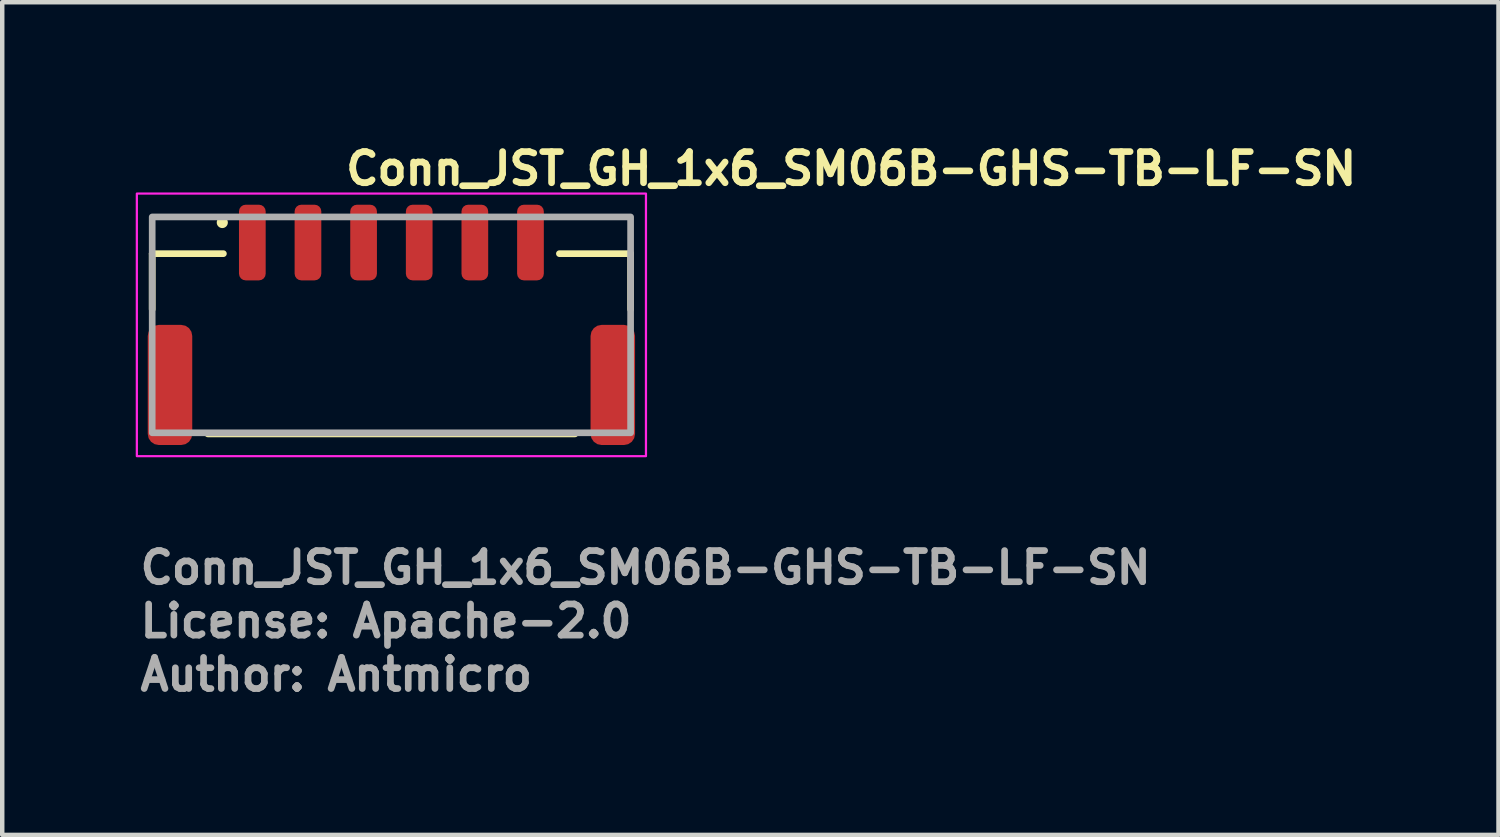
<source format=kicad_pcb>
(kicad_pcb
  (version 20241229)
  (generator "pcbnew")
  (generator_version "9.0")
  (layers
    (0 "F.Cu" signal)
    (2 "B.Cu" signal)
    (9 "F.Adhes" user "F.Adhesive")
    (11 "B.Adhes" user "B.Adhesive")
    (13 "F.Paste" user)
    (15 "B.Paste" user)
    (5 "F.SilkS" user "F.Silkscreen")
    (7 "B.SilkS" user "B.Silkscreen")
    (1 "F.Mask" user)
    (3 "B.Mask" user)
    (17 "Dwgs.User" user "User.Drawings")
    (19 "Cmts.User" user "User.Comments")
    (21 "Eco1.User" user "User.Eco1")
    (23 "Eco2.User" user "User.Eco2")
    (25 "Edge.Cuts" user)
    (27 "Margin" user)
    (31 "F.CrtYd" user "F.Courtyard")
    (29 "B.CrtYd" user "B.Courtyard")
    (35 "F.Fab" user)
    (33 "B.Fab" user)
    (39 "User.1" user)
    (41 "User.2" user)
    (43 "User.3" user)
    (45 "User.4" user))
  (footprint "Conn_JST_GH_1x6_SM06B-GHS-TB-LF-SN"
    (layer "F.Cu")
    (at 5.745 4.25)
    (property "Reference" "Conn_JST_GH_1x6_SM06B-GHS-TB-LF-SN" (at -1.1 -3.1 0) (layer "F.SilkS") (effects (font (size 0.7 0.7) (thickness 0.15)) (justify left bottom)))
    (attr smd)
    (fp_line (start -5.375 -1.6) (end -5.375 -0.35) (stroke (width 0.15) (type solid)) (layer "F.SilkS"))
    (fp_line (start -5.375 -1.6) (end -3.775 -1.6) (stroke (width 0.15) (type solid)) (layer "F.SilkS"))
    (fp_line (start -4.125 2.45) (end 4.125 2.45) (stroke (width 0.15) (type solid)) (layer "F.SilkS"))
    (fp_line (start 5.375 -1.6) (end 3.775 -1.6) (stroke (width 0.15) (type solid)) (layer "F.SilkS"))
    (fp_line (start 5.375 -1.6) (end 5.375 -0.35) (stroke (width 0.15) (type solid)) (layer "F.SilkS"))
    (fp_circle (center -3.8 -2.3) (end -3.75 -2.3) (stroke (width 0.15) (type solid)) (fill yes) (layer "F.SilkS"))
    (fp_rect (start -5.72 -2.95) (end 5.72 2.95) (stroke (width 0.05) (type solid)) (fill no) (layer "F.CrtYd"))
    (fp_rect (start -5.375 -2.425) (end 5.375 2.425) (stroke (width 0.15) (type solid)) (fill no) (layer "F.Fab"))
    (fp_rect (start -5.375 -2.425) (end 5.375 2.425) (stroke (width 0.1) (type solid)) (fill no) (layer "User.5"))
    (fp_line (start -5.375 -1.625) (end -5.375 -0.935) (stroke (width 0.02) (type solid)) (layer "User.9"))
    (fp_line (start -5.375 -0.935) (end -5.375 0.495) (stroke (width 0.02) (type solid)) (layer "User.9"))
    (fp_line (start -5.375 0.495) (end -5.375 2.425) (stroke (width 0.02) (type solid)) (layer "User.9"))
    (fp_line (start -4.875 -1.325) (end -4.875 0.495) (stroke (width 0.02) (type solid)) (layer "User.9"))
    (fp_line (start -4.875 -0.935) (end -5.375 -0.935) (stroke (width 0.02) (type solid)) (layer "User.9"))
    (fp_line (start -4.836 2.425) (end -5.375 2.425) (stroke (width 0.02) (type solid)) (layer "User.9"))
    (fp_line (start -4.836 2.425) (end -4.449 1.755) (stroke (width 0.02) (type solid)) (layer "User.9"))
    (fp_line (start -4.515 -1.625) (end -5.375 -1.625) (stroke (width 0.02) (type solid)) (layer "User.9"))
    (fp_line (start -4.515 -1.625) (end -4.515 0.495) (stroke (width 0.02) (type solid)) (layer "User.9"))
    (fp_line (start -4.515 -1.325) (end -4.875 -1.325) (stroke (width 0.02) (type solid)) (layer "User.9"))
    (fp_line (start -4.515 0.495) (end -5.375 0.495) (stroke (width 0.02) (type solid)) (layer "User.9"))
    (fp_line (start -4.449 1.755) (end -4.063 2.425) (stroke (width 0.02) (type solid)) (layer "User.9"))
    (fp_line (start -4.063 2.425) (end -4.836 2.425) (stroke (width 0.02) (type solid)) (layer "User.9"))
    (fp_line (start -4.063 2.425) (end 5.375 2.425) (stroke (width 0.02) (type solid)) (layer "User.9"))
    (fp_line (start -3.225 -2.425) (end -3.025 -2.425) (stroke (width 0.02) (type solid)) (layer "User.9"))
    (fp_line (start -3.225 -1.925) (end -3.225 -2.425) (stroke (width 0.02) (type solid)) (layer "User.9"))
    (fp_line (start -3.225 -1.925) (end -3.025 -1.925) (stroke (width 0.02) (type solid)) (layer "User.9"))
    (fp_line (start -3.225 -1.891) (end -3.225 -1.925) (stroke (width 0.02) (type solid)) (layer "User.9"))
    (fp_line (start -3.225 -1.858) (end -3.225 -1.891) (stroke (width 0.02) (type solid)) (layer "User.9"))
    (fp_line (start -3.225 -1.826) (end -3.225 -1.858) (stroke (width 0.02) (type solid)) (layer "User.9"))
    (fp_line (start -3.225 -1.795) (end -3.225 -1.826) (stroke (width 0.02) (type solid)) (layer "User.9"))
    (fp_line (start -3.225 -1.765) (end -3.225 -1.795) (stroke (width 0.02) (type solid)) (layer "User.9"))
    (fp_line (start -3.225 -1.738) (end -3.225 -1.765) (stroke (width 0.02) (type solid)) (layer "User.9"))
    (fp_line (start -3.225 -1.713) (end -3.225 -1.738) (stroke (width 0.02) (type solid)) (layer "User.9"))
    (fp_line (start -3.225 -1.69) (end -3.225 -1.713) (stroke (width 0.02) (type solid)) (layer "User.9"))
    (fp_line (start -3.225 -1.671) (end -3.225 -1.69) (stroke (width 0.02) (type solid)) (layer "User.9"))
    (fp_line (start -3.225 -1.655) (end -3.225 -1.671) (stroke (width 0.02) (type solid)) (layer "User.9"))
    (fp_line (start -3.225 -1.642) (end -3.225 -1.655) (stroke (width 0.02) (type solid)) (layer "User.9"))
    (fp_line (start -3.225 -1.633) (end -3.225 -1.642) (stroke (width 0.02) (type solid)) (layer "User.9"))
    (fp_line (start -3.225 -1.627) (end -3.225 -1.633) (stroke (width 0.02) (type solid)) (layer "User.9"))
    (fp_line (start -3.225 -1.625) (end -3.225 -1.627) (stroke (width 0.02) (type solid)) (layer "User.9"))
    (fp_line (start -3.025 -1.925) (end -3.025 -2.425) (stroke (width 0.02) (type solid)) (layer "User.9"))
    (fp_line (start -3.025 -1.925) (end -3.025 -1.891) (stroke (width 0.02) (type solid)) (layer "User.9"))
    (fp_line (start -3.025 -1.891) (end -3.025 -1.858) (stroke (width 0.02) (type solid)) (layer "User.9"))
    (fp_line (start -3.025 -1.858) (end -3.025 -1.826) (stroke (width 0.02) (type solid)) (layer "User.9"))
    (fp_line (start -3.025 -1.826) (end -3.025 -1.795) (stroke (width 0.02) (type solid)) (layer "User.9"))
    (fp_line (start -3.025 -1.795) (end -3.025 -1.765) (stroke (width 0.02) (type solid)) (layer "User.9"))
    (fp_line (start -3.025 -1.765) (end -3.025 -1.738) (stroke (width 0.02) (type solid)) (layer "User.9"))
    (fp_line (start -3.025 -1.738) (end -3.025 -1.713) (stroke (width 0.02) (type solid)) (layer "User.9"))
    (fp_line (start -3.025 -1.713) (end -3.025 -1.69) (stroke (width 0.02) (type solid)) (layer "User.9"))
    (fp_line (start -3.025 -1.69) (end -3.025 -1.671) (stroke (width 0.02) (type solid)) (layer "User.9"))
    (fp_line (start -3.025 -1.671) (end -3.025 -1.655) (stroke (width 0.02) (type solid)) (layer "User.9"))
    (fp_line (start -3.025 -1.655) (end -3.025 -1.642) (stroke (width 0.02) (type solid)) (layer "User.9"))
    (fp_line (start -3.025 -1.642) (end -3.025 -1.633) (stroke (width 0.02) (type solid)) (layer "User.9"))
    (fp_line (start -3.025 -1.633) (end -3.025 -1.627) (stroke (width 0.02) (type solid)) (layer "User.9"))
    (fp_line (start -3.025 -1.627) (end -3.025 -1.625) (stroke (width 0.02) (type solid)) (layer "User.9"))
    (fp_line (start -1.975 -2.425) (end -1.975 -1.925) (stroke (width 0.02) (type solid)) (layer "User.9"))
    (fp_line (start -1.975 -1.925) (end -1.775 -1.925) (stroke (width 0.02) (type solid)) (layer "User.9"))
    (fp_line (start -1.975 -1.891) (end -1.975 -1.925) (stroke (width 0.02) (type solid)) (layer "User.9"))
    (fp_line (start -1.975 -1.858) (end -1.975 -1.891) (stroke (width 0.02) (type solid)) (layer "User.9"))
    (fp_line (start -1.975 -1.826) (end -1.975 -1.858) (stroke (width 0.02) (type solid)) (layer "User.9"))
    (fp_line (start -1.975 -1.795) (end -1.975 -1.826) (stroke (width 0.02) (type solid)) (layer "User.9"))
    (fp_line (start -1.975 -1.765) (end -1.975 -1.795) (stroke (width 0.02) (type solid)) (layer "User.9"))
    (fp_line (start -1.975 -1.738) (end -1.975 -1.765) (stroke (width 0.02) (type solid)) (layer "User.9"))
    (fp_line (start -1.975 -1.713) (end -1.975 -1.738) (stroke (width 0.02) (type solid)) (layer "User.9"))
    (fp_line (start -1.975 -1.69) (end -1.975 -1.713) (stroke (width 0.02) (type solid)) (layer "User.9"))
    (fp_line (start -1.975 -1.671) (end -1.975 -1.69) (stroke (width 0.02) (type solid)) (layer "User.9"))
    (fp_line (start -1.975 -1.655) (end -1.975 -1.671) (stroke (width 0.02) (type solid)) (layer "User.9"))
    (fp_line (start -1.975 -1.642) (end -1.975 -1.655) (stroke (width 0.02) (type solid)) (layer "User.9"))
    (fp_line (start -1.975 -1.633) (end -1.975 -1.642) (stroke (width 0.02) (type solid)) (layer "User.9"))
    (fp_line (start -1.975 -1.627) (end -1.975 -1.633) (stroke (width 0.02) (type solid)) (layer "User.9"))
    (fp_line (start -1.975 -1.625) (end -1.975 -1.627) (stroke (width 0.02) (type solid)) (layer "User.9"))
    (fp_line (start -1.775 -2.425) (end -1.975 -2.425) (stroke (width 0.02) (type solid)) (layer "User.9"))
    (fp_line (start -1.775 -2.425) (end -1.775 -1.925) (stroke (width 0.02) (type solid)) (layer "User.9"))
    (fp_line (start -1.775 -1.925) (end -1.775 -1.891) (stroke (width 0.02) (type solid)) (layer "User.9"))
    (fp_line (start -1.775 -1.891) (end -1.775 -1.858) (stroke (width 0.02) (type solid)) (layer "User.9"))
    (fp_line (start -1.775 -1.858) (end -1.775 -1.826) (stroke (width 0.02) (type solid)) (layer "User.9"))
    (fp_line (start -1.775 -1.826) (end -1.775 -1.795) (stroke (width 0.02) (type solid)) (layer "User.9"))
    (fp_line (start -1.775 -1.795) (end -1.775 -1.765) (stroke (width 0.02) (type solid)) (layer "User.9"))
    (fp_line (start -1.775 -1.765) (end -1.775 -1.738) (stroke (width 0.02) (type solid)) (layer "User.9"))
    (fp_line (start -1.775 -1.738) (end -1.775 -1.713) (stroke (width 0.02) (type solid)) (layer "User.9"))
    (fp_line (start -1.775 -1.713) (end -1.775 -1.69) (stroke (width 0.02) (type solid)) (layer "User.9"))
    (fp_line (start -1.775 -1.69) (end -1.775 -1.671) (stroke (width 0.02) (type solid)) (layer "User.9"))
    (fp_line (start -1.775 -1.671) (end -1.775 -1.655) (stroke (width 0.02) (type solid)) (layer "User.9"))
    (fp_line (start -1.775 -1.655) (end -1.775 -1.642) (stroke (width 0.02) (type solid)) (layer "User.9"))
    (fp_line (start -1.775 -1.642) (end -1.775 -1.633) (stroke (width 0.02) (type solid)) (layer "User.9"))
    (fp_line (start -1.775 -1.633) (end -1.775 -1.627) (stroke (width 0.02) (type solid)) (layer "User.9"))
    (fp_line (start -1.775 -1.627) (end -1.775 -1.625) (stroke (width 0.02) (type solid)) (layer "User.9"))
    (fp_line (start -0.725 -2.425) (end -0.525 -2.425) (stroke (width 0.02) (type solid)) (layer "User.9"))
    (fp_line (start -0.725 -1.925) (end -0.725 -2.425) (stroke (width 0.02) (type solid)) (layer "User.9"))
    (fp_line (start -0.725 -1.925) (end -0.525 -1.925) (stroke (width 0.02) (type solid)) (layer "User.9"))
    (fp_line (start -0.725 -1.891) (end -0.725 -1.925) (stroke (width 0.02) (type solid)) (layer "User.9"))
    (fp_line (start -0.725 -1.858) (end -0.725 -1.891) (stroke (width 0.02) (type solid)) (layer "User.9"))
    (fp_line (start -0.725 -1.826) (end -0.725 -1.858) (stroke (width 0.02) (type solid)) (layer "User.9"))
    (fp_line (start -0.725 -1.795) (end -0.725 -1.826) (stroke (width 0.02) (type solid)) (layer "User.9"))
    (fp_line (start -0.725 -1.765) (end -0.725 -1.795) (stroke (width 0.02) (type solid)) (layer "User.9"))
    (fp_line (start -0.725 -1.738) (end -0.725 -1.765) (stroke (width 0.02) (type solid)) (layer "User.9"))
    (fp_line (start -0.725 -1.713) (end -0.725 -1.738) (stroke (width 0.02) (type solid)) (layer "User.9"))
    (fp_line (start -0.725 -1.69) (end -0.725 -1.713) (stroke (width 0.02) (type solid)) (layer "User.9"))
    (fp_line (start -0.725 -1.671) (end -0.725 -1.69) (stroke (width 0.02) (type solid)) (layer "User.9"))
    (fp_line (start -0.725 -1.655) (end -0.725 -1.671) (stroke (width 0.02) (type solid)) (layer "User.9"))
    (fp_line (start -0.725 -1.642) (end -0.725 -1.655) (stroke (width 0.02) (type solid)) (layer "User.9"))
    (fp_line (start -0.725 -1.633) (end -0.725 -1.642) (stroke (width 0.02) (type solid)) (layer "User.9"))
    (fp_line (start -0.725 -1.627) (end -0.725 -1.633) (stroke (width 0.02) (type solid)) (layer "User.9"))
    (fp_line (start -0.725 -1.625) (end -0.725 -1.627) (stroke (width 0.02) (type solid)) (layer "User.9"))
    (fp_line (start -0.525 -1.925) (end -0.525 -2.425) (stroke (width 0.02) (type solid)) (layer "User.9"))
    (fp_line (start -0.525 -1.925) (end -0.525 -1.891) (stroke (width 0.02) (type solid)) (layer "User.9"))
    (fp_line (start -0.525 -1.891) (end -0.525 -1.858) (stroke (width 0.02) (type solid)) (layer "User.9"))
    (fp_line (start -0.525 -1.858) (end -0.525 -1.826) (stroke (width 0.02) (type solid)) (layer "User.9"))
    (fp_line (start -0.525 -1.826) (end -0.525 -1.795) (stroke (width 0.02) (type solid)) (layer "User.9"))
    (fp_line (start -0.525 -1.795) (end -0.525 -1.765) (stroke (width 0.02) (type solid)) (layer "User.9"))
    (fp_line (start -0.525 -1.765) (end -0.525 -1.738) (stroke (width 0.02) (type solid)) (layer "User.9"))
    (fp_line (start -0.525 -1.738) (end -0.525 -1.713) (stroke (width 0.02) (type solid)) (layer "User.9"))
    (fp_line (start -0.525 -1.713) (end -0.525 -1.69) (stroke (width 0.02) (type solid)) (layer "User.9"))
    (fp_line (start -0.525 -1.69) (end -0.525 -1.671) (stroke (width 0.02) (type solid)) (layer "User.9"))
    (fp_line (start -0.525 -1.671) (end -0.525 -1.655) (stroke (width 0.02) (type solid)) (layer "User.9"))
    (fp_line (start -0.525 -1.655) (end -0.525 -1.642) (stroke (width 0.02) (type solid)) (layer "User.9"))
    (fp_line (start -0.525 -1.642) (end -0.525 -1.633) (stroke (width 0.02) (type solid)) (layer "User.9"))
    (fp_line (start -0.525 -1.633) (end -0.525 -1.627) (stroke (width 0.02) (type solid)) (layer "User.9"))
    (fp_line (start -0.525 -1.627) (end -0.525 -1.625) (stroke (width 0.02) (type solid)) (layer "User.9"))
    (fp_line (start 0.525 -2.425) (end 0.725 -2.425) (stroke (width 0.02) (type solid)) (layer "User.9"))
    (fp_line (start 0.525 -1.925) (end 0.525 -2.425) (stroke (width 0.02) (type solid)) (layer "User.9"))
    (fp_line (start 0.525 -1.925) (end 0.725 -1.925) (stroke (width 0.02) (type solid)) (layer "User.9"))
    (fp_line (start 0.525 -1.891) (end 0.525 -1.925) (stroke (width 0.02) (type solid)) (layer "User.9"))
    (fp_line (start 0.525 -1.858) (end 0.525 -1.891) (stroke (width 0.02) (type solid)) (layer "User.9"))
    (fp_line (start 0.525 -1.826) (end 0.525 -1.858) (stroke (width 0.02) (type solid)) (layer "User.9"))
    (fp_line (start 0.525 -1.795) (end 0.525 -1.826) (stroke (width 0.02) (type solid)) (layer "User.9"))
    (fp_line (start 0.525 -1.765) (end 0.525 -1.795) (stroke (width 0.02) (type solid)) (layer "User.9"))
    (fp_line (start 0.525 -1.738) (end 0.525 -1.765) (stroke (width 0.02) (type solid)) (layer "User.9"))
    (fp_line (start 0.525 -1.713) (end 0.525 -1.738) (stroke (width 0.02) (type solid)) (layer "User.9"))
    (fp_line (start 0.525 -1.69) (end 0.525 -1.713) (stroke (width 0.02) (type solid)) (layer "User.9"))
    (fp_line (start 0.525 -1.671) (end 0.525 -1.69) (stroke (width 0.02) (type solid)) (layer "User.9"))
    (fp_line (start 0.525 -1.655) (end 0.525 -1.671) (stroke (width 0.02) (type solid)) (layer "User.9"))
    (fp_line (start 0.525 -1.642) (end 0.525 -1.655) (stroke (width 0.02) (type solid)) (layer "User.9"))
    (fp_line (start 0.525 -1.633) (end 0.525 -1.642) (stroke (width 0.02) (type solid)) (layer "User.9"))
    (fp_line (start 0.525 -1.627) (end 0.525 -1.633) (stroke (width 0.02) (type solid)) (layer "User.9"))
    (fp_line (start 0.525 -1.625) (end 0.525 -1.627) (stroke (width 0.02) (type solid)) (layer "User.9"))
    (fp_line (start 0.725 -1.925) (end 0.725 -2.425) (stroke (width 0.02) (type solid)) (layer "User.9"))
    (fp_line (start 0.725 -1.925) (end 0.725 -1.891) (stroke (width 0.02) (type solid)) (layer "User.9"))
    (fp_line (start 0.725 -1.891) (end 0.725 -1.858) (stroke (width 0.02) (type solid)) (layer "User.9"))
    (fp_line (start 0.725 -1.858) (end 0.725 -1.826) (stroke (width 0.02) (type solid)) (layer "User.9"))
    (fp_line (start 0.725 -1.826) (end 0.725 -1.795) (stroke (width 0.02) (type solid)) (layer "User.9"))
    (fp_line (start 0.725 -1.795) (end 0.725 -1.765) (stroke (width 0.02) (type solid)) (layer "User.9"))
    (fp_line (start 0.725 -1.765) (end 0.725 -1.738) (stroke (width 0.02) (type solid)) (layer "User.9"))
    (fp_line (start 0.725 -1.738) (end 0.725 -1.713) (stroke (width 0.02) (type solid)) (layer "User.9"))
    (fp_line (start 0.725 -1.713) (end 0.725 -1.69) (stroke (width 0.02) (type solid)) (layer "User.9"))
    (fp_line (start 0.725 -1.69) (end 0.725 -1.671) (stroke (width 0.02) (type solid)) (layer "User.9"))
    (fp_line (start 0.725 -1.671) (end 0.725 -1.655) (stroke (width 0.02) (type solid)) (layer "User.9"))
    (fp_line (start 0.725 -1.655) (end 0.725 -1.642) (stroke (width 0.02) (type solid)) (layer "User.9"))
    (fp_line (start 0.725 -1.642) (end 0.725 -1.633) (stroke (width 0.02) (type solid)) (layer "User.9"))
    (fp_line (start 0.725 -1.633) (end 0.725 -1.627) (stroke (width 0.02) (type solid)) (layer "User.9"))
    (fp_line (start 0.725 -1.627) (end 0.725 -1.625) (stroke (width 0.02) (type solid)) (layer "User.9"))
    (fp_line (start 1.775 -2.425) (end 1.775 -1.925) (stroke (width 0.02) (type solid)) (layer "User.9"))
    (fp_line (start 1.775 -1.925) (end 1.975 -1.925) (stroke (width 0.02) (type solid)) (layer "User.9"))
    (fp_line (start 1.775 -1.891) (end 1.775 -1.925) (stroke (width 0.02) (type solid)) (layer "User.9"))
    (fp_line (start 1.775 -1.858) (end 1.775 -1.891) (stroke (width 0.02) (type solid)) (layer "User.9"))
    (fp_line (start 1.775 -1.826) (end 1.775 -1.858) (stroke (width 0.02) (type solid)) (layer "User.9"))
    (fp_line (start 1.775 -1.795) (end 1.775 -1.826) (stroke (width 0.02) (type solid)) (layer "User.9"))
    (fp_line (start 1.775 -1.765) (end 1.775 -1.795) (stroke (width 0.02) (type solid)) (layer "User.9"))
    (fp_line (start 1.775 -1.738) (end 1.775 -1.765) (stroke (width 0.02) (type solid)) (layer "User.9"))
    (fp_line (start 1.775 -1.713) (end 1.775 -1.738) (stroke (width 0.02) (type solid)) (layer "User.9"))
    (fp_line (start 1.775 -1.69) (end 1.775 -1.713) (stroke (width 0.02) (type solid)) (layer "User.9"))
    (fp_line (start 1.775 -1.671) (end 1.775 -1.69) (stroke (width 0.02) (type solid)) (layer "User.9"))
    (fp_line (start 1.775 -1.655) (end 1.775 -1.671) (stroke (width 0.02) (type solid)) (layer "User.9"))
    (fp_line (start 1.775 -1.642) (end 1.775 -1.655) (stroke (width 0.02) (type solid)) (layer "User.9"))
    (fp_line (start 1.775 -1.633) (end 1.775 -1.642) (stroke (width 0.02) (type solid)) (layer "User.9"))
    (fp_line (start 1.775 -1.627) (end 1.775 -1.633) (stroke (width 0.02) (type solid)) (layer "User.9"))
    (fp_line (start 1.775 -1.625) (end 1.775 -1.627) (stroke (width 0.02) (type solid)) (layer "User.9"))
    (fp_line (start 1.975 -2.425) (end 1.775 -2.425) (stroke (width 0.02) (type solid)) (layer "User.9"))
    (fp_line (start 1.975 -2.425) (end 1.975 -1.925) (stroke (width 0.02) (type solid)) (layer "User.9"))
    (fp_line (start 1.975 -1.925) (end 1.975 -1.891) (stroke (width 0.02) (type solid)) (layer "User.9"))
    (fp_line (start 1.975 -1.891) (end 1.975 -1.858) (stroke (width 0.02) (type solid)) (layer "User.9"))
    (fp_line (start 1.975 -1.858) (end 1.975 -1.826) (stroke (width 0.02) (type solid)) (layer "User.9"))
    (fp_line (start 1.975 -1.826) (end 1.975 -1.795) (stroke (width 0.02) (type solid)) (layer "User.9"))
    (fp_line (start 1.975 -1.795) (end 1.975 -1.765) (stroke (width 0.02) (type solid)) (layer "User.9"))
    (fp_line (start 1.975 -1.765) (end 1.975 -1.738) (stroke (width 0.02) (type solid)) (layer "User.9"))
    (fp_line (start 1.975 -1.738) (end 1.975 -1.713) (stroke (width 0.02) (type solid)) (layer "User.9"))
    (fp_line (start 1.975 -1.713) (end 1.975 -1.69) (stroke (width 0.02) (type solid)) (layer "User.9"))
    (fp_line (start 1.975 -1.69) (end 1.975 -1.671) (stroke (width 0.02) (type solid)) (layer "User.9"))
    (fp_line (start 1.975 -1.671) (end 1.975 -1.655) (stroke (width 0.02) (type solid)) (layer "User.9"))
    (fp_line (start 1.975 -1.655) (end 1.975 -1.642) (stroke (width 0.02) (type solid)) (layer "User.9"))
    (fp_line (start 1.975 -1.642) (end 1.975 -1.633) (stroke (width 0.02) (type solid)) (layer "User.9"))
    (fp_line (start 1.975 -1.633) (end 1.975 -1.627) (stroke (width 0.02) (type solid)) (layer "User.9"))
    (fp_line (start 1.975 -1.627) (end 1.975 -1.625) (stroke (width 0.02) (type solid)) (layer "User.9"))
    (fp_line (start 3.025 -2.425) (end 3.225 -2.425) (stroke (width 0.02) (type solid)) (layer "User.9"))
    (fp_line (start 3.025 -1.925) (end 3.025 -2.425) (stroke (width 0.02) (type solid)) (layer "User.9"))
    (fp_line (start 3.025 -1.925) (end 3.225 -1.925) (stroke (width 0.02) (type solid)) (layer "User.9"))
    (fp_line (start 3.025 -1.891) (end 3.025 -1.925) (stroke (width 0.02) (type solid)) (layer "User.9"))
    (fp_line (start 3.025 -1.858) (end 3.025 -1.891) (stroke (width 0.02) (type solid)) (layer "User.9"))
    (fp_line (start 3.025 -1.826) (end 3.025 -1.858) (stroke (width 0.02) (type solid)) (layer "User.9"))
    (fp_line (start 3.025 -1.795) (end 3.025 -1.826) (stroke (width 0.02) (type solid)) (layer "User.9"))
    (fp_line (start 3.025 -1.765) (end 3.025 -1.795) (stroke (width 0.02) (type solid)) (layer "User.9"))
    (fp_line (start 3.025 -1.738) (end 3.025 -1.765) (stroke (width 0.02) (type solid)) (layer "User.9"))
    (fp_line (start 3.025 -1.713) (end 3.025 -1.738) (stroke (width 0.02) (type solid)) (layer "User.9"))
    (fp_line (start 3.025 -1.69) (end 3.025 -1.713) (stroke (width 0.02) (type solid)) (layer "User.9"))
    (fp_line (start 3.025 -1.671) (end 3.025 -1.69) (stroke (width 0.02) (type solid)) (layer "User.9"))
    (fp_line (start 3.025 -1.655) (end 3.025 -1.671) (stroke (width 0.02) (type solid)) (layer "User.9"))
    (fp_line (start 3.025 -1.642) (end 3.025 -1.655) (stroke (width 0.02) (type solid)) (layer "User.9"))
    (fp_line (start 3.025 -1.633) (end 3.025 -1.642) (stroke (width 0.02) (type solid)) (layer "User.9"))
    (fp_line (start 3.025 -1.627) (end 3.025 -1.633) (stroke (width 0.02) (type solid)) (layer "User.9"))
    (fp_line (start 3.025 -1.625) (end 3.025 -1.627) (stroke (width 0.02) (type solid)) (layer "User.9"))
    (fp_line (start 3.225 -1.925) (end 3.225 -2.425) (stroke (width 0.02) (type solid)) (layer "User.9"))
    (fp_line (start 3.225 -1.925) (end 3.225 -1.891) (stroke (width 0.02) (type solid)) (layer "User.9"))
    (fp_line (start 3.225 -1.891) (end 3.225 -1.858) (stroke (width 0.02) (type solid)) (layer "User.9"))
    (fp_line (start 3.225 -1.858) (end 3.225 -1.826) (stroke (width 0.02) (type solid)) (layer "User.9"))
    (fp_line (start 3.225 -1.826) (end 3.225 -1.795) (stroke (width 0.02) (type solid)) (layer "User.9"))
    (fp_line (start 3.225 -1.795) (end 3.225 -1.765) (stroke (width 0.02) (type solid)) (layer "User.9"))
    (fp_line (start 3.225 -1.765) (end 3.225 -1.738) (stroke (width 0.02) (type solid)) (layer "User.9"))
    (fp_line (start 3.225 -1.738) (end 3.225 -1.713) (stroke (width 0.02) (type solid)) (layer "User.9"))
    (fp_line (start 3.225 -1.713) (end 3.225 -1.69) (stroke (width 0.02) (type solid)) (layer "User.9"))
    (fp_line (start 3.225 -1.69) (end 3.225 -1.671) (stroke (width 0.02) (type solid)) (layer "User.9"))
    (fp_line (start 3.225 -1.671) (end 3.225 -1.655) (stroke (width 0.02) (type solid)) (layer "User.9"))
    (fp_line (start 3.225 -1.655) (end 3.225 -1.642) (stroke (width 0.02) (type solid)) (layer "User.9"))
    (fp_line (start 3.225 -1.642) (end 3.225 -1.633) (stroke (width 0.02) (type solid)) (layer "User.9"))
    (fp_line (start 3.225 -1.633) (end 3.225 -1.627) (stroke (width 0.02) (type solid)) (layer "User.9"))
    (fp_line (start 3.225 -1.627) (end 3.225 -1.625) (stroke (width 0.02) (type solid)) (layer "User.9"))
    (fp_line (start 4.515 -1.625) (end -4.515 -1.625) (stroke (width 0.02) (type solid)) (layer "User.9"))
    (fp_line (start 4.515 -1.325) (end 4.875 -1.325) (stroke (width 0.02) (type solid)) (layer "User.9"))
    (fp_line (start 4.515 0.495) (end 4.515 -1.625) (stroke (width 0.02) (type solid)) (layer "User.9"))
    (fp_line (start 4.875 -1.325) (end 4.875 0.495) (stroke (width 0.02) (type solid)) (layer "User.9"))
    (fp_line (start 4.875 -0.935) (end 5.375 -0.935) (stroke (width 0.02) (type solid)) (layer "User.9"))
    (fp_line (start 5.375 -1.625) (end 4.515 -1.625) (stroke (width 0.02) (type solid)) (layer "User.9"))
    (fp_line (start 5.375 -1.625) (end 5.375 -0.935) (stroke (width 0.02) (type solid)) (layer "User.9"))
    (fp_line (start 5.375 -0.935) (end 5.375 0.495) (stroke (width 0.02) (type solid)) (layer "User.9"))
    (fp_line (start 5.375 0.495) (end 4.515 0.495) (stroke (width 0.02) (type solid)) (layer "User.9"))
    (fp_line (start 5.375 2.425) (end 5.375 0.495) (stroke (width 0.02) (type solid)) (layer "User.9"))
    (fp_text user "License: Apache-2.0" (at -5.72 7.065 0) (layer "F.Fab") (effects (font (size 0.7 0.7) (thickness 0.15)) (justify left bottom)))
    (fp_text user "Author: Antmicro" (at -5.72 8.265 0) (layer "F.Fab") (effects (font (size 0.7 0.7) (thickness 0.15)) (justify left bottom)))
    (fp_text user "${REFERENCE}" (at -5.72 5.865 0) (layer "F.Fab") (effects (font (size 0.7 0.7) (thickness 0.15)) (justify left bottom)))
    (pad "1" smd roundrect (at -3.125 -1.85 180) (size 0.6 1.7) (layers "F.Cu" "F.Mask" "F.Paste") (roundrect_rratio 0.25))
    (pad "2" smd roundrect (at -1.875 -1.85 180) (size 0.6 1.7) (layers "F.Cu" "F.Mask" "F.Paste") (roundrect_rratio 0.25))
    (pad "3" smd roundrect (at -0.625 -1.85 180) (size 0.6 1.7) (layers "F.Cu" "F.Mask" "F.Paste") (roundrect_rratio 0.25))
    (pad "4" smd roundrect (at 0.625 -1.85 180) (size 0.6 1.7) (layers "F.Cu" "F.Mask" "F.Paste") (roundrect_rratio 0.25))
    (pad "5" smd roundrect (at 1.875 -1.85 180) (size 0.6 1.7) (layers "F.Cu" "F.Mask" "F.Paste") (roundrect_rratio 0.25))
    (pad "6" smd roundrect (at 3.125 -1.85 180) (size 0.6 1.7) (layers "F.Cu" "F.Mask" "F.Paste") (roundrect_rratio 0.25))
    (pad "MP" smd roundrect (at -4.975 1.35 180) (size 1 2.7) (layers "F.Cu" "F.Mask" "F.Paste") (roundrect_rratio 0.25))
    (pad "MP" smd roundrect (at 4.975 1.35 180) (size 1 2.7) (layers "F.Cu" "F.Mask" "F.Paste") (roundrect_rratio 0.25)))
  (gr_rect
    (start -3 -3)
    (end 30.622 15.71)
    (stroke (width 0.1) (type default))
    (fill no)
    (layer "Edge.Cuts")))
</source>
